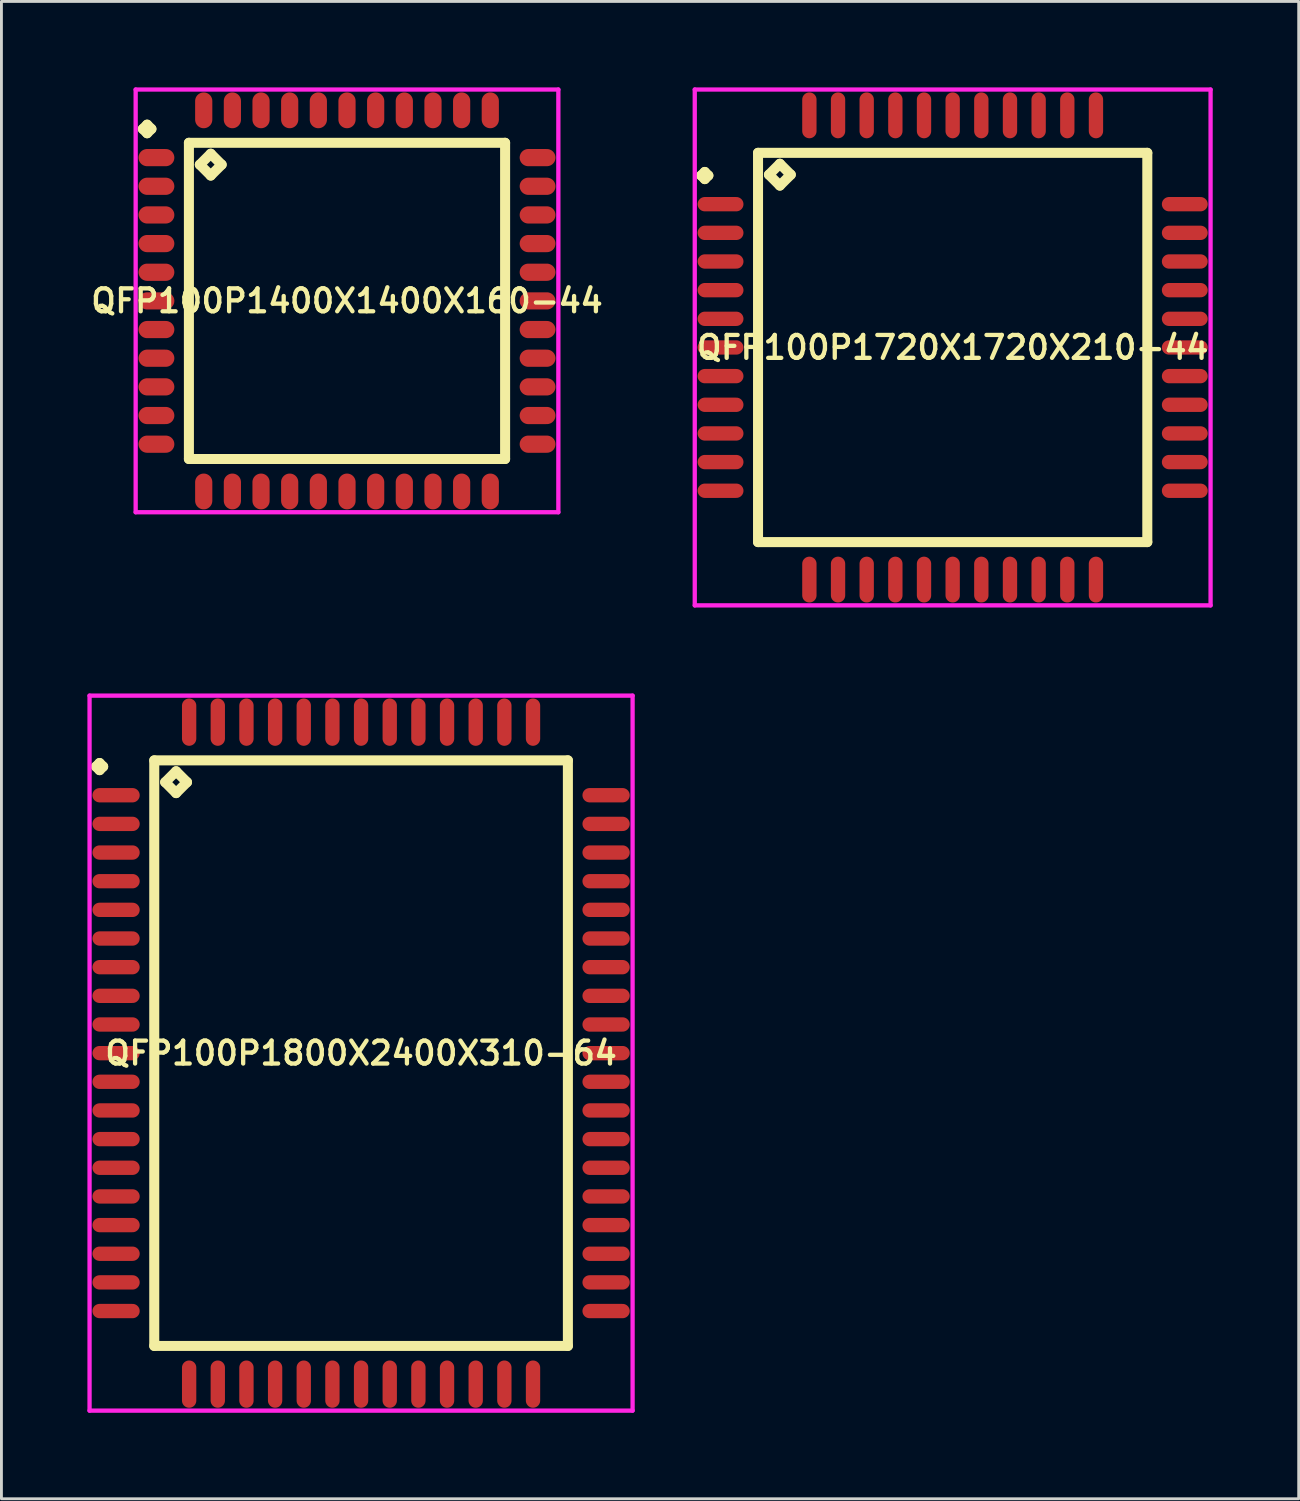
<source format=kicad_pcb>
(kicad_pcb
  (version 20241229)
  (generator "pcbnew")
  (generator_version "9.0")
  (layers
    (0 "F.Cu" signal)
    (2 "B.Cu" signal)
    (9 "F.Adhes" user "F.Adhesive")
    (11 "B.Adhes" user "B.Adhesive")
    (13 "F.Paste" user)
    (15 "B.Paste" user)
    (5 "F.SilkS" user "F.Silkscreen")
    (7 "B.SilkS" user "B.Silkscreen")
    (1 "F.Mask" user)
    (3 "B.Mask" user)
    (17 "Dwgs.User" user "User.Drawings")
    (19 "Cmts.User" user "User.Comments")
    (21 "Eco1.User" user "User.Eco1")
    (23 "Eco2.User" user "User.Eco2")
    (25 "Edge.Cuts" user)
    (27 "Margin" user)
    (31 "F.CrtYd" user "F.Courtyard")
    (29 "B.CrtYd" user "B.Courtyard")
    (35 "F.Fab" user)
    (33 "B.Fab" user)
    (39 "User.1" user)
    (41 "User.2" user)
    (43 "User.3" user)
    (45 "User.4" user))
  (footprint "QFP100P1400X1400X160-44"
    (layer "F.Cu")
    (at 9.059 7.45)
    (property "Reference" "QFP100P1400X1400X160-44" (at 0 0 0) (layer "F.SilkS") (effects (font (size 0.8 0.8) (thickness 0.15))))
    (attr smd)
    (fp_line (start -7.125 -6) (end -6.975 -6.15) (stroke (width 0.35) (type solid)) (layer "F.SilkS"))
    (fp_line (start -6.975 -6.15) (end -6.825 -6) (stroke (width 0.35) (type solid)) (layer "F.SilkS"))
    (fp_line (start -6.975 -5.85) (end -7.125 -6) (stroke (width 0.35) (type solid)) (layer "F.SilkS"))
    (fp_line (start -6.825 -6) (end -6.975 -5.85) (stroke (width 0.35) (type solid)) (layer "F.SilkS"))
    (fp_line (start -5.517 -5.517) (end -5.517 5.517) (stroke (width 0.35) (type solid)) (layer "F.SilkS"))
    (fp_line (start -5.517 5.517) (end 5.517 5.517) (stroke (width 0.35) (type solid)) (layer "F.SilkS"))
    (fp_line (start -5.136 -4.755) (end -4.755 -5.136) (stroke (width 0.35) (type solid)) (layer "F.SilkS"))
    (fp_line (start -4.755 -5.136) (end -4.374 -4.755) (stroke (width 0.35) (type solid)) (layer "F.SilkS"))
    (fp_line (start -4.755 -4.374) (end -5.136 -4.755) (stroke (width 0.35) (type solid)) (layer "F.SilkS"))
    (fp_line (start -4.374 -4.755) (end -4.755 -4.374) (stroke (width 0.35) (type solid)) (layer "F.SilkS"))
    (fp_line (start 5.517 -5.517) (end -5.517 -5.517) (stroke (width 0.35) (type solid)) (layer "F.SilkS"))
    (fp_line (start 5.517 5.517) (end 5.517 -5.517) (stroke (width 0.35) (type solid)) (layer "F.SilkS"))
    (fp_line (start -7.375 -7.375) (end 7.375 -7.375) (stroke (width 0.15) (type solid)) (layer "F.CrtYd"))
    (fp_line (start -7.375 7.375) (end -7.375 -7.375) (stroke (width 0.15) (type solid)) (layer "F.CrtYd"))
    (fp_line (start 7.375 -7.375) (end 7.375 7.375) (stroke (width 0.15) (type solid)) (layer "F.CrtYd"))
    (fp_line (start 7.375 7.375) (end -7.375 7.375) (stroke (width 0.15) (type solid)) (layer "F.CrtYd"))
    (pad "1" smd oval (at -6.65 -5) (size 1.25 0.6) (layers "F.Cu" "F.Mask" "F.Paste"))
    (pad "2" smd oval (at -6.65 -4) (size 1.25 0.6) (layers "F.Cu" "F.Mask" "F.Paste"))
    (pad "3" smd oval (at -6.65 -3) (size 1.25 0.6) (layers "F.Cu" "F.Mask" "F.Paste"))
    (pad "4" smd oval (at -6.65 -2) (size 1.25 0.6) (layers "F.Cu" "F.Mask" "F.Paste"))
    (pad "5" smd oval (at -6.65 -1) (size 1.25 0.6) (layers "F.Cu" "F.Mask" "F.Paste"))
    (pad "6" smd oval (at -6.65 0) (size 1.25 0.6) (layers "F.Cu" "F.Mask" "F.Paste"))
    (pad "7" smd oval (at -6.65 1) (size 1.25 0.6) (layers "F.Cu" "F.Mask" "F.Paste"))
    (pad "8" smd oval (at -6.65 2) (size 1.25 0.6) (layers "F.Cu" "F.Mask" "F.Paste"))
    (pad "9" smd oval (at -6.65 3) (size 1.25 0.6) (layers "F.Cu" "F.Mask" "F.Paste"))
    (pad "10" smd oval (at -6.65 4) (size 1.25 0.6) (layers "F.Cu" "F.Mask" "F.Paste"))
    (pad "11" smd oval (at -6.65 5) (size 1.25 0.6) (layers "F.Cu" "F.Mask" "F.Paste"))
    (pad "12" smd oval (at -5 6.65) (size 0.6 1.25) (layers "F.Cu" "F.Mask" "F.Paste"))
    (pad "13" smd oval (at -4 6.65) (size 0.6 1.25) (layers "F.Cu" "F.Mask" "F.Paste"))
    (pad "14" smd oval (at -3 6.65) (size 0.6 1.25) (layers "F.Cu" "F.Mask" "F.Paste"))
    (pad "15" smd oval (at -2 6.65) (size 0.6 1.25) (layers "F.Cu" "F.Mask" "F.Paste"))
    (pad "16" smd oval (at -1 6.65) (size 0.6 1.25) (layers "F.Cu" "F.Mask" "F.Paste"))
    (pad "17" smd oval (at 0 6.65) (size 0.6 1.25) (layers "F.Cu" "F.Mask" "F.Paste"))
    (pad "18" smd oval (at 1 6.65) (size 0.6 1.25) (layers "F.Cu" "F.Mask" "F.Paste"))
    (pad "19" smd oval (at 2 6.65) (size 0.6 1.25) (layers "F.Cu" "F.Mask" "F.Paste"))
    (pad "20" smd oval (at 3 6.65) (size 0.6 1.25) (layers "F.Cu" "F.Mask" "F.Paste"))
    (pad "21" smd oval (at 4 6.65) (size 0.6 1.25) (layers "F.Cu" "F.Mask" "F.Paste"))
    (pad "22" smd oval (at 5 6.65) (size 0.6 1.25) (layers "F.Cu" "F.Mask" "F.Paste"))
    (pad "23" smd oval (at 6.65 5) (size 1.25 0.6) (layers "F.Cu" "F.Mask" "F.Paste"))
    (pad "24" smd oval (at 6.65 4) (size 1.25 0.6) (layers "F.Cu" "F.Mask" "F.Paste"))
    (pad "25" smd oval (at 6.65 3) (size 1.25 0.6) (layers "F.Cu" "F.Mask" "F.Paste"))
    (pad "26" smd oval (at 6.65 2) (size 1.25 0.6) (layers "F.Cu" "F.Mask" "F.Paste"))
    (pad "27" smd oval (at 6.65 1) (size 1.25 0.6) (layers "F.Cu" "F.Mask" "F.Paste"))
    (pad "28" smd oval (at 6.65 0) (size 1.25 0.6) (layers "F.Cu" "F.Mask" "F.Paste"))
    (pad "29" smd oval (at 6.65 -1) (size 1.25 0.6) (layers "F.Cu" "F.Mask" "F.Paste"))
    (pad "30" smd oval (at 6.65 -2) (size 1.25 0.6) (layers "F.Cu" "F.Mask" "F.Paste"))
    (pad "31" smd oval (at 6.65 -3) (size 1.25 0.6) (layers "F.Cu" "F.Mask" "F.Paste"))
    (pad "32" smd oval (at 6.65 -4) (size 1.25 0.6) (layers "F.Cu" "F.Mask" "F.Paste"))
    (pad "33" smd oval (at 6.65 -5) (size 1.25 0.6) (layers "F.Cu" "F.Mask" "F.Paste"))
    (pad "34" smd oval (at 5 -6.65) (size 0.6 1.25) (layers "F.Cu" "F.Mask" "F.Paste"))
    (pad "35" smd oval (at 4 -6.65) (size 0.6 1.25) (layers "F.Cu" "F.Mask" "F.Paste"))
    (pad "36" smd oval (at 3 -6.65) (size 0.6 1.25) (layers "F.Cu" "F.Mask" "F.Paste"))
    (pad "37" smd oval (at 2 -6.65) (size 0.6 1.25) (layers "F.Cu" "F.Mask" "F.Paste"))
    (pad "38" smd oval (at 1 -6.65) (size 0.6 1.25) (layers "F.Cu" "F.Mask" "F.Paste"))
    (pad "39" smd oval (at 0 -6.65) (size 0.6 1.25) (layers "F.Cu" "F.Mask" "F.Paste"))
    (pad "40" smd oval (at -1 -6.65) (size 0.6 1.25) (layers "F.Cu" "F.Mask" "F.Paste"))
    (pad "41" smd oval (at -2 -6.65) (size 0.6 1.25) (layers "F.Cu" "F.Mask" "F.Paste"))
    (pad "42" smd oval (at -3 -6.65) (size 0.6 1.25) (layers "F.Cu" "F.Mask" "F.Paste"))
    (pad "43" smd oval (at -4 -6.65) (size 0.6 1.25) (layers "F.Cu" "F.Mask" "F.Paste"))
    (pad "44" smd oval (at -5 -6.65) (size 0.6 1.25) (layers "F.Cu" "F.Mask" "F.Paste")))
  (footprint "QFP100P1800X2400X310-64"
    (layer "F.Cu")
    (at 9.55 33.7)
    (property "Reference" "QFP100P1800X2400X310-64" (at 0 0 0) (layer "F.SilkS") (effects (font (size 0.8 0.8) (thickness 0.15))))
    (attr smd)
    (fp_line (start -9.25 -10) (end -9.125 -10.125) (stroke (width 0.35) (type solid)) (layer "F.SilkS"))
    (fp_line (start -9.125 -10.125) (end -9 -10) (stroke (width 0.35) (type solid)) (layer "F.SilkS"))
    (fp_line (start -9.125 -9.875) (end -9.25 -10) (stroke (width 0.35) (type solid)) (layer "F.SilkS"))
    (fp_line (start -9 -10) (end -9.125 -9.875) (stroke (width 0.35) (type solid)) (layer "F.SilkS"))
    (fp_line (start -7.217 -10.217) (end -7.217 10.217) (stroke (width 0.35) (type solid)) (layer "F.SilkS"))
    (fp_line (start -7.217 10.217) (end 7.217 10.217) (stroke (width 0.35) (type solid)) (layer "F.SilkS"))
    (fp_line (start -6.836 -9.455) (end -6.455 -9.836) (stroke (width 0.35) (type solid)) (layer "F.SilkS"))
    (fp_line (start -6.455 -9.836) (end -6.074 -9.455) (stroke (width 0.35) (type solid)) (layer "F.SilkS"))
    (fp_line (start -6.455 -9.074) (end -6.836 -9.455) (stroke (width 0.35) (type solid)) (layer "F.SilkS"))
    (fp_line (start -6.074 -9.455) (end -6.455 -9.074) (stroke (width 0.35) (type solid)) (layer "F.SilkS"))
    (fp_line (start 7.217 -10.217) (end -7.217 -10.217) (stroke (width 0.35) (type solid)) (layer "F.SilkS"))
    (fp_line (start 7.217 10.217) (end 7.217 -10.217) (stroke (width 0.35) (type solid)) (layer "F.SilkS"))
    (fp_line (start -9.475 -12.475) (end 9.475 -12.475) (stroke (width 0.15) (type solid)) (layer "F.CrtYd"))
    (fp_line (start -9.475 12.475) (end -9.475 -12.475) (stroke (width 0.15) (type solid)) (layer "F.CrtYd"))
    (fp_line (start 9.475 -12.475) (end 9.475 12.475) (stroke (width 0.15) (type solid)) (layer "F.CrtYd"))
    (fp_line (start 9.475 12.475) (end -9.475 12.475) (stroke (width 0.15) (type solid)) (layer "F.CrtYd"))
    (pad "1" smd oval (at -8.55 -9) (size 1.65 0.5) (layers "F.Cu" "F.Mask" "F.Paste"))
    (pad "2" smd oval (at -8.55 -8) (size 1.65 0.5) (layers "F.Cu" "F.Mask" "F.Paste"))
    (pad "3" smd oval (at -8.55 -7) (size 1.65 0.5) (layers "F.Cu" "F.Mask" "F.Paste"))
    (pad "4" smd oval (at -8.55 -6) (size 1.65 0.5) (layers "F.Cu" "F.Mask" "F.Paste"))
    (pad "5" smd oval (at -8.55 -5) (size 1.65 0.5) (layers "F.Cu" "F.Mask" "F.Paste"))
    (pad "6" smd oval (at -8.55 -4) (size 1.65 0.5) (layers "F.Cu" "F.Mask" "F.Paste"))
    (pad "7" smd oval (at -8.55 -3) (size 1.65 0.5) (layers "F.Cu" "F.Mask" "F.Paste"))
    (pad "8" smd oval (at -8.55 -2) (size 1.65 0.5) (layers "F.Cu" "F.Mask" "F.Paste"))
    (pad "9" smd oval (at -8.55 -1) (size 1.65 0.5) (layers "F.Cu" "F.Mask" "F.Paste"))
    (pad "10" smd oval (at -8.55 0) (size 1.65 0.5) (layers "F.Cu" "F.Mask" "F.Paste"))
    (pad "11" smd oval (at -8.55 1) (size 1.65 0.5) (layers "F.Cu" "F.Mask" "F.Paste"))
    (pad "12" smd oval (at -8.55 2) (size 1.65 0.5) (layers "F.Cu" "F.Mask" "F.Paste"))
    (pad "13" smd oval (at -8.55 3) (size 1.65 0.5) (layers "F.Cu" "F.Mask" "F.Paste"))
    (pad "14" smd oval (at -8.55 4) (size 1.65 0.5) (layers "F.Cu" "F.Mask" "F.Paste"))
    (pad "15" smd oval (at -8.55 5) (size 1.65 0.5) (layers "F.Cu" "F.Mask" "F.Paste"))
    (pad "16" smd oval (at -8.55 6) (size 1.65 0.5) (layers "F.Cu" "F.Mask" "F.Paste"))
    (pad "17" smd oval (at -8.55 7) (size 1.65 0.5) (layers "F.Cu" "F.Mask" "F.Paste"))
    (pad "18" smd oval (at -8.55 8) (size 1.65 0.5) (layers "F.Cu" "F.Mask" "F.Paste"))
    (pad "19" smd oval (at -8.55 9) (size 1.65 0.5) (layers "F.Cu" "F.Mask" "F.Paste"))
    (pad "20" smd oval (at -6 11.55) (size 0.5 1.65) (layers "F.Cu" "F.Mask" "F.Paste"))
    (pad "21" smd oval (at -5 11.55) (size 0.5 1.65) (layers "F.Cu" "F.Mask" "F.Paste"))
    (pad "22" smd oval (at -4 11.55) (size 0.5 1.65) (layers "F.Cu" "F.Mask" "F.Paste"))
    (pad "23" smd oval (at -3 11.55) (size 0.5 1.65) (layers "F.Cu" "F.Mask" "F.Paste"))
    (pad "24" smd oval (at -2 11.55) (size 0.5 1.65) (layers "F.Cu" "F.Mask" "F.Paste"))
    (pad "25" smd oval (at -1 11.55) (size 0.5 1.65) (layers "F.Cu" "F.Mask" "F.Paste"))
    (pad "26" smd oval (at 0 11.55) (size 0.5 1.65) (layers "F.Cu" "F.Mask" "F.Paste"))
    (pad "27" smd oval (at 1 11.55) (size 0.5 1.65) (layers "F.Cu" "F.Mask" "F.Paste"))
    (pad "28" smd oval (at 2 11.55) (size 0.5 1.65) (layers "F.Cu" "F.Mask" "F.Paste"))
    (pad "29" smd oval (at 3 11.55) (size 0.5 1.65) (layers "F.Cu" "F.Mask" "F.Paste"))
    (pad "30" smd oval (at 4 11.55) (size 0.5 1.65) (layers "F.Cu" "F.Mask" "F.Paste"))
    (pad "31" smd oval (at 5 11.55) (size 0.5 1.65) (layers "F.Cu" "F.Mask" "F.Paste"))
    (pad "32" smd oval (at 6 11.55) (size 0.5 1.65) (layers "F.Cu" "F.Mask" "F.Paste"))
    (pad "33" smd oval (at 8.55 9) (size 1.65 0.5) (layers "F.Cu" "F.Mask" "F.Paste"))
    (pad "34" smd oval (at 8.55 8) (size 1.65 0.5) (layers "F.Cu" "F.Mask" "F.Paste"))
    (pad "35" smd oval (at 8.55 7) (size 1.65 0.5) (layers "F.Cu" "F.Mask" "F.Paste"))
    (pad "36" smd oval (at 8.55 6) (size 1.65 0.5) (layers "F.Cu" "F.Mask" "F.Paste"))
    (pad "37" smd oval (at 8.55 5) (size 1.65 0.5) (layers "F.Cu" "F.Mask" "F.Paste"))
    (pad "38" smd oval (at 8.55 4) (size 1.65 0.5) (layers "F.Cu" "F.Mask" "F.Paste"))
    (pad "39" smd oval (at 8.55 3) (size 1.65 0.5) (layers "F.Cu" "F.Mask" "F.Paste"))
    (pad "40" smd oval (at 8.55 2) (size 1.65 0.5) (layers "F.Cu" "F.Mask" "F.Paste"))
    (pad "41" smd oval (at 8.55 1) (size 1.65 0.5) (layers "F.Cu" "F.Mask" "F.Paste"))
    (pad "42" smd oval (at 8.55 0) (size 1.65 0.5) (layers "F.Cu" "F.Mask" "F.Paste"))
    (pad "43" smd oval (at 8.55 -1) (size 1.65 0.5) (layers "F.Cu" "F.Mask" "F.Paste"))
    (pad "44" smd oval (at 8.55 -2) (size 1.65 0.5) (layers "F.Cu" "F.Mask" "F.Paste"))
    (pad "45" smd oval (at 8.55 -3) (size 1.65 0.5) (layers "F.Cu" "F.Mask" "F.Paste"))
    (pad "46" smd oval (at 8.55 -4) (size 1.65 0.5) (layers "F.Cu" "F.Mask" "F.Paste"))
    (pad "47" smd oval (at 8.55 -5) (size 1.65 0.5) (layers "F.Cu" "F.Mask" "F.Paste"))
    (pad "48" smd oval (at 8.55 -6) (size 1.65 0.5) (layers "F.Cu" "F.Mask" "F.Paste"))
    (pad "49" smd oval (at 8.55 -7) (size 1.65 0.5) (layers "F.Cu" "F.Mask" "F.Paste"))
    (pad "50" smd oval (at 8.55 -8) (size 1.65 0.5) (layers "F.Cu" "F.Mask" "F.Paste"))
    (pad "51" smd oval (at 8.55 -9) (size 1.65 0.5) (layers "F.Cu" "F.Mask" "F.Paste"))
    (pad "52" smd oval (at 6 -11.55) (size 0.5 1.65) (layers "F.Cu" "F.Mask" "F.Paste"))
    (pad "53" smd oval (at 5 -11.55) (size 0.5 1.65) (layers "F.Cu" "F.Mask" "F.Paste"))
    (pad "54" smd oval (at 4 -11.55) (size 0.5 1.65) (layers "F.Cu" "F.Mask" "F.Paste"))
    (pad "55" smd oval (at 3 -11.55) (size 0.5 1.65) (layers "F.Cu" "F.Mask" "F.Paste"))
    (pad "56" smd oval (at 2 -11.55) (size 0.5 1.65) (layers "F.Cu" "F.Mask" "F.Paste"))
    (pad "57" smd oval (at 1 -11.55) (size 0.5 1.65) (layers "F.Cu" "F.Mask" "F.Paste"))
    (pad "58" smd oval (at 0 -11.55) (size 0.5 1.65) (layers "F.Cu" "F.Mask" "F.Paste"))
    (pad "59" smd oval (at -1 -11.55) (size 0.5 1.65) (layers "F.Cu" "F.Mask" "F.Paste"))
    (pad "60" smd oval (at -2 -11.55) (size 0.5 1.65) (layers "F.Cu" "F.Mask" "F.Paste"))
    (pad "61" smd oval (at -3 -11.55) (size 0.5 1.65) (layers "F.Cu" "F.Mask" "F.Paste"))
    (pad "62" smd oval (at -4 -11.55) (size 0.5 1.65) (layers "F.Cu" "F.Mask" "F.Paste"))
    (pad "63" smd oval (at -5 -11.55) (size 0.5 1.65) (layers "F.Cu" "F.Mask" "F.Paste"))
    (pad "64" smd oval (at -6 -11.55) (size 0.5 1.65) (layers "F.Cu" "F.Mask" "F.Paste")))
  (footprint "QFP100P1720X1720X210-44"
    (layer "F.Cu")
    (at 30.194 9.075)
    (property "Reference" "QFP100P1720X1720X210-44" (at 0 0 0) (layer "F.SilkS") (effects (font (size 0.8 0.8) (thickness 0.15))))
    (attr smd)
    (fp_line (start -8.775 -6) (end -8.65 -6.125) (stroke (width 0.35) (type solid)) (layer "F.SilkS"))
    (fp_line (start -8.65 -6.125) (end -8.525 -6) (stroke (width 0.35) (type solid)) (layer "F.SilkS"))
    (fp_line (start -8.65 -5.875) (end -8.775 -6) (stroke (width 0.35) (type solid)) (layer "F.SilkS"))
    (fp_line (start -8.525 -6) (end -8.65 -5.875) (stroke (width 0.35) (type solid)) (layer "F.SilkS"))
    (fp_line (start -6.792 -6.792) (end -6.792 6.792) (stroke (width 0.35) (type solid)) (layer "F.SilkS"))
    (fp_line (start -6.792 6.792) (end 6.792 6.792) (stroke (width 0.35) (type solid)) (layer "F.SilkS"))
    (fp_line (start -6.411 -6.03) (end -6.03 -6.411) (stroke (width 0.35) (type solid)) (layer "F.SilkS"))
    (fp_line (start -6.03 -6.411) (end -5.649 -6.03) (stroke (width 0.35) (type solid)) (layer "F.SilkS"))
    (fp_line (start -6.03 -5.649) (end -6.411 -6.03) (stroke (width 0.35) (type solid)) (layer "F.SilkS"))
    (fp_line (start -5.649 -6.03) (end -6.03 -5.649) (stroke (width 0.35) (type solid)) (layer "F.SilkS"))
    (fp_line (start 6.792 -6.792) (end -6.792 -6.792) (stroke (width 0.35) (type solid)) (layer "F.SilkS"))
    (fp_line (start 6.792 6.792) (end 6.792 -6.792) (stroke (width 0.35) (type solid)) (layer "F.SilkS"))
    (fp_line (start -9 -9) (end 9 -9) (stroke (width 0.15) (type solid)) (layer "F.CrtYd"))
    (fp_line (start -9 9) (end -9 -9) (stroke (width 0.15) (type solid)) (layer "F.CrtYd"))
    (fp_line (start 9 -9) (end 9 9) (stroke (width 0.15) (type solid)) (layer "F.CrtYd"))
    (fp_line (start 9 9) (end -9 9) (stroke (width 0.15) (type solid)) (layer "F.CrtYd"))
    (pad "1" smd oval (at -8.1 -5) (size 1.6 0.5) (layers "F.Cu" "F.Mask" "F.Paste"))
    (pad "2" smd oval (at -8.1 -4) (size 1.6 0.5) (layers "F.Cu" "F.Mask" "F.Paste"))
    (pad "3" smd oval (at -8.1 -3) (size 1.6 0.5) (layers "F.Cu" "F.Mask" "F.Paste"))
    (pad "4" smd oval (at -8.1 -2) (size 1.6 0.5) (layers "F.Cu" "F.Mask" "F.Paste"))
    (pad "5" smd oval (at -8.1 -1) (size 1.6 0.5) (layers "F.Cu" "F.Mask" "F.Paste"))
    (pad "6" smd oval (at -8.1 0) (size 1.6 0.5) (layers "F.Cu" "F.Mask" "F.Paste"))
    (pad "7" smd oval (at -8.1 1) (size 1.6 0.5) (layers "F.Cu" "F.Mask" "F.Paste"))
    (pad "8" smd oval (at -8.1 2) (size 1.6 0.5) (layers "F.Cu" "F.Mask" "F.Paste"))
    (pad "9" smd oval (at -8.1 3) (size 1.6 0.5) (layers "F.Cu" "F.Mask" "F.Paste"))
    (pad "10" smd oval (at -8.1 4) (size 1.6 0.5) (layers "F.Cu" "F.Mask" "F.Paste"))
    (pad "11" smd oval (at -8.1 5) (size 1.6 0.5) (layers "F.Cu" "F.Mask" "F.Paste"))
    (pad "12" smd oval (at -5 8.1) (size 0.5 1.6) (layers "F.Cu" "F.Mask" "F.Paste"))
    (pad "13" smd oval (at -4 8.1) (size 0.5 1.6) (layers "F.Cu" "F.Mask" "F.Paste"))
    (pad "14" smd oval (at -3 8.1) (size 0.5 1.6) (layers "F.Cu" "F.Mask" "F.Paste"))
    (pad "15" smd oval (at -2 8.1) (size 0.5 1.6) (layers "F.Cu" "F.Mask" "F.Paste"))
    (pad "16" smd oval (at -1 8.1) (size 0.5 1.6) (layers "F.Cu" "F.Mask" "F.Paste"))
    (pad "17" smd oval (at 0 8.1) (size 0.5 1.6) (layers "F.Cu" "F.Mask" "F.Paste"))
    (pad "18" smd oval (at 1 8.1) (size 0.5 1.6) (layers "F.Cu" "F.Mask" "F.Paste"))
    (pad "19" smd oval (at 2 8.1) (size 0.5 1.6) (layers "F.Cu" "F.Mask" "F.Paste"))
    (pad "20" smd oval (at 3 8.1) (size 0.5 1.6) (layers "F.Cu" "F.Mask" "F.Paste"))
    (pad "21" smd oval (at 4 8.1) (size 0.5 1.6) (layers "F.Cu" "F.Mask" "F.Paste"))
    (pad "22" smd oval (at 5 8.1) (size 0.5 1.6) (layers "F.Cu" "F.Mask" "F.Paste"))
    (pad "23" smd oval (at 8.1 5) (size 1.6 0.5) (layers "F.Cu" "F.Mask" "F.Paste"))
    (pad "24" smd oval (at 8.1 4) (size 1.6 0.5) (layers "F.Cu" "F.Mask" "F.Paste"))
    (pad "25" smd oval (at 8.1 3) (size 1.6 0.5) (layers "F.Cu" "F.Mask" "F.Paste"))
    (pad "26" smd oval (at 8.1 2) (size 1.6 0.5) (layers "F.Cu" "F.Mask" "F.Paste"))
    (pad "27" smd oval (at 8.1 1) (size 1.6 0.5) (layers "F.Cu" "F.Mask" "F.Paste"))
    (pad "28" smd oval (at 8.1 0) (size 1.6 0.5) (layers "F.Cu" "F.Mask" "F.Paste"))
    (pad "29" smd oval (at 8.1 -1) (size 1.6 0.5) (layers "F.Cu" "F.Mask" "F.Paste"))
    (pad "30" smd oval (at 8.1 -2) (size 1.6 0.5) (layers "F.Cu" "F.Mask" "F.Paste"))
    (pad "31" smd oval (at 8.1 -3) (size 1.6 0.5) (layers "F.Cu" "F.Mask" "F.Paste"))
    (pad "32" smd oval (at 8.1 -4) (size 1.6 0.5) (layers "F.Cu" "F.Mask" "F.Paste"))
    (pad "33" smd oval (at 8.1 -5) (size 1.6 0.5) (layers "F.Cu" "F.Mask" "F.Paste"))
    (pad "34" smd oval (at 5 -8.1) (size 0.5 1.6) (layers "F.Cu" "F.Mask" "F.Paste"))
    (pad "35" smd oval (at 4 -8.1) (size 0.5 1.6) (layers "F.Cu" "F.Mask" "F.Paste"))
    (pad "36" smd oval (at 3 -8.1) (size 0.5 1.6) (layers "F.Cu" "F.Mask" "F.Paste"))
    (pad "37" smd oval (at 2 -8.1) (size 0.5 1.6) (layers "F.Cu" "F.Mask" "F.Paste"))
    (pad "38" smd oval (at 1 -8.1) (size 0.5 1.6) (layers "F.Cu" "F.Mask" "F.Paste"))
    (pad "39" smd oval (at 0 -8.1) (size 0.5 1.6) (layers "F.Cu" "F.Mask" "F.Paste"))
    (pad "40" smd oval (at -1 -8.1) (size 0.5 1.6) (layers "F.Cu" "F.Mask" "F.Paste"))
    (pad "41" smd oval (at -2 -8.1) (size 0.5 1.6) (layers "F.Cu" "F.Mask" "F.Paste"))
    (pad "42" smd oval (at -3 -8.1) (size 0.5 1.6) (layers "F.Cu" "F.Mask" "F.Paste"))
    (pad "43" smd oval (at -4 -8.1) (size 0.5 1.6) (layers "F.Cu" "F.Mask" "F.Paste"))
    (pad "44" smd oval (at -5 -8.1) (size 0.5 1.6) (layers "F.Cu" "F.Mask" "F.Paste")))
  (gr_rect
    (start -3 -3)
    (end 42.269 49.25)
    (stroke (width 0.1) (type default))
    (fill no)
    (layer "Edge.Cuts")))
</source>
